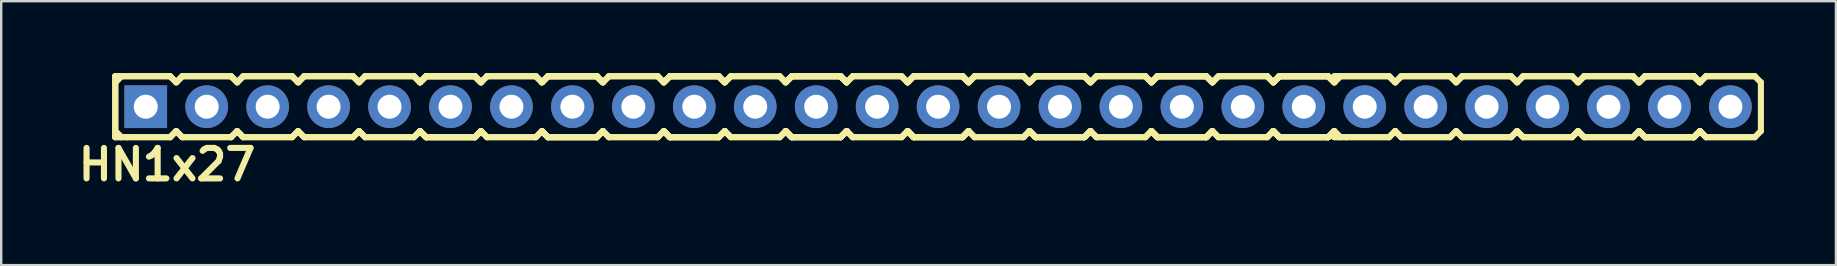
<source format=kicad_pcb>
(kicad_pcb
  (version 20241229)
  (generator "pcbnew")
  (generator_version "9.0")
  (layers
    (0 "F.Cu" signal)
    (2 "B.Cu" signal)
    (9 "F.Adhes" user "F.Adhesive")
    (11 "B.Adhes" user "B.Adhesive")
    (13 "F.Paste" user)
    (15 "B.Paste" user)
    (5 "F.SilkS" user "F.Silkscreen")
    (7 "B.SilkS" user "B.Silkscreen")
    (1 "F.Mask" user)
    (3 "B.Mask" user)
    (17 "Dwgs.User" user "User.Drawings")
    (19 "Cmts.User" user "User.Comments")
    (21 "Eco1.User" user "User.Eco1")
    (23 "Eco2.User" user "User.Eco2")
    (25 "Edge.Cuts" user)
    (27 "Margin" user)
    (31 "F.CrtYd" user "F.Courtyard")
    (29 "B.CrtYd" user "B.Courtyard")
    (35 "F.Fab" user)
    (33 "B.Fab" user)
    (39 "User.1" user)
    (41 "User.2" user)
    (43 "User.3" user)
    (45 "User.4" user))
  (footprint "HN1x27"
    (layer "F.Cu")
    (at 36.044 1.397)
    (property "Reference" "HN1x27" (at -32.131 2.413 0) (layer "F.SilkS") (effects (font (size 1.27 1.27) (thickness 0.254))))
    (attr through_hole)
    (fp_line (start -34.29 -1.27) (end -34.29 1.27) (stroke (width 0.254) (type solid)) (layer "F.SilkS"))
    (fp_line (start -34.29 -1.27) (end -34.29 1.27) (stroke (width 0.254) (type solid)) (layer "F.SilkS"))
    (fp_line (start -34.29 -1.27) (end -34.036 -1.27) (stroke (width 0.254) (type solid)) (layer "F.SilkS"))
    (fp_line (start -34.29 -1.27) (end -34.036 -1.27) (stroke (width 0.254) (type solid)) (layer "F.SilkS"))
    (fp_line (start -34.29 -1.016) (end -34.036 -1.27) (stroke (width 0.254) (type solid)) (layer "F.SilkS"))
    (fp_line (start -34.29 -1.016) (end -34.036 -1.27) (stroke (width 0.254) (type solid)) (layer "F.SilkS"))
    (fp_line (start -34.036 -1.27) (end -32.004 -1.27) (stroke (width 0.254) (type solid)) (layer "F.SilkS"))
    (fp_line (start -34.036 -1.27) (end -32.004 -1.27) (stroke (width 0.254) (type solid)) (layer "F.SilkS"))
    (fp_line (start -34.036 1.27) (end -34.29 1.016) (stroke (width 0.254) (type solid)) (layer "F.SilkS"))
    (fp_line (start -34.036 1.27) (end -34.29 1.016) (stroke (width 0.254) (type solid)) (layer "F.SilkS"))
    (fp_line (start -33.782 1.27) (end -34.29 1.27) (stroke (width 0.254) (type solid)) (layer "F.SilkS"))
    (fp_line (start -33.782 1.27) (end -34.29 1.27) (stroke (width 0.254) (type solid)) (layer "F.SilkS"))
    (fp_line (start -32.004 -1.27) (end -31.75 -1.016) (stroke (width 0.254) (type solid)) (layer "F.SilkS"))
    (fp_line (start -32.004 -1.27) (end -31.75 -1.016) (stroke (width 0.254) (type solid)) (layer "F.SilkS"))
    (fp_line (start -32.004 1.27) (end -33.782 1.27) (stroke (width 0.254) (type solid)) (layer "F.SilkS"))
    (fp_line (start -32.004 1.27) (end -33.782 1.27) (stroke (width 0.254) (type solid)) (layer "F.SilkS"))
    (fp_line (start -31.75 -1.016) (end -31.496 -1.27) (stroke (width 0.254) (type solid)) (layer "F.SilkS"))
    (fp_line (start -31.75 -1.016) (end -31.496 -1.27) (stroke (width 0.254) (type solid)) (layer "F.SilkS"))
    (fp_line (start -31.75 1.016) (end -32.004 1.27) (stroke (width 0.254) (type solid)) (layer "F.SilkS"))
    (fp_line (start -31.75 1.016) (end -32.004 1.27) (stroke (width 0.254) (type solid)) (layer "F.SilkS"))
    (fp_line (start -31.496 -1.27) (end -29.464 -1.27) (stroke (width 0.254) (type solid)) (layer "F.SilkS"))
    (fp_line (start -31.496 -1.27) (end -29.464 -1.27) (stroke (width 0.254) (type solid)) (layer "F.SilkS"))
    (fp_line (start -31.496 1.27) (end -31.75 1.016) (stroke (width 0.254) (type solid)) (layer "F.SilkS"))
    (fp_line (start -31.496 1.27) (end -31.75 1.016) (stroke (width 0.254) (type solid)) (layer "F.SilkS"))
    (fp_line (start -29.464 -1.27) (end -29.21 -1.016) (stroke (width 0.254) (type solid)) (layer "F.SilkS"))
    (fp_line (start -29.464 -1.27) (end -29.21 -1.016) (stroke (width 0.254) (type solid)) (layer "F.SilkS"))
    (fp_line (start -29.464 1.27) (end -31.496 1.27) (stroke (width 0.254) (type solid)) (layer "F.SilkS"))
    (fp_line (start -29.464 1.27) (end -31.496 1.27) (stroke (width 0.254) (type solid)) (layer "F.SilkS"))
    (fp_line (start -29.464 1.27) (end -29.21 1.016) (stroke (width 0.254) (type solid)) (layer "F.SilkS"))
    (fp_line (start -29.464 1.27) (end -29.21 1.016) (stroke (width 0.254) (type solid)) (layer "F.SilkS"))
    (fp_line (start -29.21 -1.016) (end -28.956 -1.27) (stroke (width 0.254) (type solid)) (layer "F.SilkS"))
    (fp_line (start -29.21 -1.016) (end -28.956 -1.27) (stroke (width 0.254) (type solid)) (layer "F.SilkS"))
    (fp_line (start -29.21 1.016) (end -28.956 1.27) (stroke (width 0.254) (type solid)) (layer "F.SilkS"))
    (fp_line (start -29.21 1.016) (end -28.956 1.27) (stroke (width 0.254) (type solid)) (layer "F.SilkS"))
    (fp_line (start -28.956 -1.27) (end -26.924 -1.27) (stroke (width 0.254) (type solid)) (layer "F.SilkS"))
    (fp_line (start -28.956 -1.27) (end -26.924 -1.27) (stroke (width 0.254) (type solid)) (layer "F.SilkS"))
    (fp_line (start -26.924 -1.27) (end -26.67 -1.016) (stroke (width 0.254) (type solid)) (layer "F.SilkS"))
    (fp_line (start -26.924 -1.27) (end -26.67 -1.016) (stroke (width 0.254) (type solid)) (layer "F.SilkS"))
    (fp_line (start -26.924 1.27) (end -28.956 1.27) (stroke (width 0.254) (type solid)) (layer "F.SilkS"))
    (fp_line (start -26.924 1.27) (end -28.956 1.27) (stroke (width 0.254) (type solid)) (layer "F.SilkS"))
    (fp_line (start -26.67 -1.016) (end -26.416 -1.27) (stroke (width 0.254) (type solid)) (layer "F.SilkS"))
    (fp_line (start -26.67 -1.016) (end -26.416 -1.27) (stroke (width 0.254) (type solid)) (layer "F.SilkS"))
    (fp_line (start -26.67 1.016) (end -26.924 1.27) (stroke (width 0.254) (type solid)) (layer "F.SilkS"))
    (fp_line (start -26.67 1.016) (end -26.924 1.27) (stroke (width 0.254) (type solid)) (layer "F.SilkS"))
    (fp_line (start -26.416 -1.27) (end -24.384 -1.27) (stroke (width 0.254) (type solid)) (layer "F.SilkS"))
    (fp_line (start -26.416 -1.27) (end -24.384 -1.27) (stroke (width 0.254) (type solid)) (layer "F.SilkS"))
    (fp_line (start -26.416 1.27) (end -26.67 1.016) (stroke (width 0.254) (type solid)) (layer "F.SilkS"))
    (fp_line (start -26.416 1.27) (end -26.67 1.016) (stroke (width 0.254) (type solid)) (layer "F.SilkS"))
    (fp_line (start -24.384 -1.27) (end -24.13 -1.016) (stroke (width 0.254) (type solid)) (layer "F.SilkS"))
    (fp_line (start -24.384 -1.27) (end -24.13 -1.016) (stroke (width 0.254) (type solid)) (layer "F.SilkS"))
    (fp_line (start -24.384 1.27) (end -26.416 1.27) (stroke (width 0.254) (type solid)) (layer "F.SilkS"))
    (fp_line (start -24.384 1.27) (end -26.416 1.27) (stroke (width 0.254) (type solid)) (layer "F.SilkS"))
    (fp_line (start -24.13 -1.016) (end -23.876 -1.27) (stroke (width 0.254) (type solid)) (layer "F.SilkS"))
    (fp_line (start -24.13 -1.016) (end -23.876 -1.27) (stroke (width 0.254) (type solid)) (layer "F.SilkS"))
    (fp_line (start -24.13 1.016) (end -24.384 1.27) (stroke (width 0.254) (type solid)) (layer "F.SilkS"))
    (fp_line (start -24.13 1.016) (end -24.384 1.27) (stroke (width 0.254) (type solid)) (layer "F.SilkS"))
    (fp_line (start -23.876 -1.27) (end -21.844 -1.27) (stroke (width 0.254) (type solid)) (layer "F.SilkS"))
    (fp_line (start -23.876 -1.27) (end -21.844 -1.27) (stroke (width 0.254) (type solid)) (layer "F.SilkS"))
    (fp_line (start -23.876 1.27) (end -24.13 1.016) (stroke (width 0.254) (type solid)) (layer "F.SilkS"))
    (fp_line (start -23.876 1.27) (end -24.13 1.016) (stroke (width 0.254) (type solid)) (layer "F.SilkS"))
    (fp_line (start -21.844 -1.27) (end -21.59 -1.016) (stroke (width 0.254) (type solid)) (layer "F.SilkS"))
    (fp_line (start -21.844 -1.27) (end -21.59 -1.016) (stroke (width 0.254) (type solid)) (layer "F.SilkS"))
    (fp_line (start -21.844 1.27) (end -23.876 1.27) (stroke (width 0.254) (type solid)) (layer "F.SilkS"))
    (fp_line (start -21.844 1.27) (end -23.876 1.27) (stroke (width 0.254) (type solid)) (layer "F.SilkS"))
    (fp_line (start -21.59 -1.016) (end -21.336 -1.27) (stroke (width 0.254) (type solid)) (layer "F.SilkS"))
    (fp_line (start -21.59 -1.016) (end -21.336 -1.27) (stroke (width 0.254) (type solid)) (layer "F.SilkS"))
    (fp_line (start -21.59 -1.016) (end -21.336 -1.27) (stroke (width 0.254) (type solid)) (layer "F.SilkS"))
    (fp_line (start -21.59 -1.016) (end -21.336 -1.27) (stroke (width 0.254) (type solid)) (layer "F.SilkS"))
    (fp_line (start -21.59 1.016) (end -21.844 1.27) (stroke (width 0.254) (type solid)) (layer "F.SilkS"))
    (fp_line (start -21.59 1.016) (end -21.844 1.27) (stroke (width 0.254) (type solid)) (layer "F.SilkS"))
    (fp_line (start -21.336 -1.27) (end -19.304 -1.27) (stroke (width 0.254) (type solid)) (layer "F.SilkS"))
    (fp_line (start -21.336 -1.27) (end -19.304 -1.27) (stroke (width 0.254) (type solid)) (layer "F.SilkS"))
    (fp_line (start -21.336 -1.27) (end -19.304 -1.27) (stroke (width 0.254) (type solid)) (layer "F.SilkS"))
    (fp_line (start -21.336 -1.27) (end -19.304 -1.27) (stroke (width 0.254) (type solid)) (layer "F.SilkS"))
    (fp_line (start -21.336 1.27) (end -21.59 1.016) (stroke (width 0.254) (type solid)) (layer "F.SilkS"))
    (fp_line (start -21.336 1.27) (end -21.59 1.016) (stroke (width 0.254) (type solid)) (layer "F.SilkS"))
    (fp_line (start -21.336 1.27) (end -21.59 1.016) (stroke (width 0.254) (type solid)) (layer "F.SilkS"))
    (fp_line (start -21.336 1.27) (end -21.59 1.016) (stroke (width 0.254) (type solid)) (layer "F.SilkS"))
    (fp_line (start -19.304 -1.27) (end -19.05 -1.016) (stroke (width 0.254) (type solid)) (layer "F.SilkS"))
    (fp_line (start -19.304 -1.27) (end -19.05 -1.016) (stroke (width 0.254) (type solid)) (layer "F.SilkS"))
    (fp_line (start -19.304 -1.27) (end -19.05 -1.016) (stroke (width 0.254) (type solid)) (layer "F.SilkS"))
    (fp_line (start -19.304 -1.27) (end -19.05 -1.016) (stroke (width 0.254) (type solid)) (layer "F.SilkS"))
    (fp_line (start -19.304 1.27) (end -21.336 1.27) (stroke (width 0.254) (type solid)) (layer "F.SilkS"))
    (fp_line (start -19.304 1.27) (end -21.336 1.27) (stroke (width 0.254) (type solid)) (layer "F.SilkS"))
    (fp_line (start -19.304 1.27) (end -21.336 1.27) (stroke (width 0.254) (type solid)) (layer "F.SilkS"))
    (fp_line (start -19.304 1.27) (end -21.336 1.27) (stroke (width 0.254) (type solid)) (layer "F.SilkS"))
    (fp_line (start -19.05 -1.016) (end -18.796 -1.27) (stroke (width 0.254) (type solid)) (layer "F.SilkS"))
    (fp_line (start -19.05 -1.016) (end -18.796 -1.27) (stroke (width 0.254) (type solid)) (layer "F.SilkS"))
    (fp_line (start -19.05 1.016) (end -19.304 1.27) (stroke (width 0.254) (type solid)) (layer "F.SilkS"))
    (fp_line (start -19.05 1.016) (end -19.304 1.27) (stroke (width 0.254) (type solid)) (layer "F.SilkS"))
    (fp_line (start -19.05 1.016) (end -19.304 1.27) (stroke (width 0.254) (type solid)) (layer "F.SilkS"))
    (fp_line (start -19.05 1.016) (end -19.304 1.27) (stroke (width 0.254) (type solid)) (layer "F.SilkS"))
    (fp_line (start -18.796 -1.27) (end -16.764 -1.27) (stroke (width 0.254) (type solid)) (layer "F.SilkS"))
    (fp_line (start -18.796 -1.27) (end -16.764 -1.27) (stroke (width 0.254) (type solid)) (layer "F.SilkS"))
    (fp_line (start -18.796 1.27) (end -19.05 1.016) (stroke (width 0.254) (type solid)) (layer "F.SilkS"))
    (fp_line (start -18.796 1.27) (end -19.05 1.016) (stroke (width 0.254) (type solid)) (layer "F.SilkS"))
    (fp_line (start -16.764 -1.27) (end -16.51 -1.016) (stroke (width 0.254) (type solid)) (layer "F.SilkS"))
    (fp_line (start -16.764 -1.27) (end -16.51 -1.016) (stroke (width 0.254) (type solid)) (layer "F.SilkS"))
    (fp_line (start -16.764 1.27) (end -18.796 1.27) (stroke (width 0.254) (type solid)) (layer "F.SilkS"))
    (fp_line (start -16.764 1.27) (end -18.796 1.27) (stroke (width 0.254) (type solid)) (layer "F.SilkS"))
    (fp_line (start -16.51 -1.016) (end -16.256 -1.27) (stroke (width 0.254) (type solid)) (layer "F.SilkS"))
    (fp_line (start -16.51 -1.016) (end -16.256 -1.27) (stroke (width 0.254) (type solid)) (layer "F.SilkS"))
    (fp_line (start -16.51 -1.016) (end -16.256 -1.27) (stroke (width 0.254) (type solid)) (layer "F.SilkS"))
    (fp_line (start -16.51 -1.016) (end -16.256 -1.27) (stroke (width 0.254) (type solid)) (layer "F.SilkS"))
    (fp_line (start -16.51 1.016) (end -16.764 1.27) (stroke (width 0.254) (type solid)) (layer "F.SilkS"))
    (fp_line (start -16.51 1.016) (end -16.764 1.27) (stroke (width 0.254) (type solid)) (layer "F.SilkS"))
    (fp_line (start -16.256 -1.27) (end -14.224 -1.27) (stroke (width 0.254) (type solid)) (layer "F.SilkS"))
    (fp_line (start -16.256 -1.27) (end -14.224 -1.27) (stroke (width 0.254) (type solid)) (layer "F.SilkS"))
    (fp_line (start -16.256 -1.27) (end -14.224 -1.27) (stroke (width 0.254) (type solid)) (layer "F.SilkS"))
    (fp_line (start -16.256 -1.27) (end -14.224 -1.27) (stroke (width 0.254) (type solid)) (layer "F.SilkS"))
    (fp_line (start -16.256 1.27) (end -16.51 1.016) (stroke (width 0.254) (type solid)) (layer "F.SilkS"))
    (fp_line (start -16.256 1.27) (end -16.51 1.016) (stroke (width 0.254) (type solid)) (layer "F.SilkS"))
    (fp_line (start -16.256 1.27) (end -16.51 1.016) (stroke (width 0.254) (type solid)) (layer "F.SilkS"))
    (fp_line (start -16.256 1.27) (end -16.51 1.016) (stroke (width 0.254) (type solid)) (layer "F.SilkS"))
    (fp_line (start -14.224 -1.27) (end -13.97 -1.016) (stroke (width 0.254) (type solid)) (layer "F.SilkS"))
    (fp_line (start -14.224 -1.27) (end -13.97 -1.016) (stroke (width 0.254) (type solid)) (layer "F.SilkS"))
    (fp_line (start -14.224 -1.27) (end -13.97 -1.016) (stroke (width 0.254) (type solid)) (layer "F.SilkS"))
    (fp_line (start -14.224 -1.27) (end -13.97 -1.016) (stroke (width 0.254) (type solid)) (layer "F.SilkS"))
    (fp_line (start -14.224 1.27) (end -16.256 1.27) (stroke (width 0.254) (type solid)) (layer "F.SilkS"))
    (fp_line (start -14.224 1.27) (end -16.256 1.27) (stroke (width 0.254) (type solid)) (layer "F.SilkS"))
    (fp_line (start -14.224 1.27) (end -16.256 1.27) (stroke (width 0.254) (type solid)) (layer "F.SilkS"))
    (fp_line (start -14.224 1.27) (end -16.256 1.27) (stroke (width 0.254) (type solid)) (layer "F.SilkS"))
    (fp_line (start -13.97 -1.016) (end -13.716 -1.27) (stroke (width 0.254) (type solid)) (layer "F.SilkS"))
    (fp_line (start -13.97 -1.016) (end -13.716 -1.27) (stroke (width 0.254) (type solid)) (layer "F.SilkS"))
    (fp_line (start -13.97 1.016) (end -14.224 1.27) (stroke (width 0.254) (type solid)) (layer "F.SilkS"))
    (fp_line (start -13.97 1.016) (end -14.224 1.27) (stroke (width 0.254) (type solid)) (layer "F.SilkS"))
    (fp_line (start -13.97 1.016) (end -14.224 1.27) (stroke (width 0.254) (type solid)) (layer "F.SilkS"))
    (fp_line (start -13.97 1.016) (end -14.224 1.27) (stroke (width 0.254) (type solid)) (layer "F.SilkS"))
    (fp_line (start -13.716 -1.27) (end -11.684 -1.27) (stroke (width 0.254) (type solid)) (layer "F.SilkS"))
    (fp_line (start -13.716 -1.27) (end -11.684 -1.27) (stroke (width 0.254) (type solid)) (layer "F.SilkS"))
    (fp_line (start -13.716 1.27) (end -13.97 1.016) (stroke (width 0.254) (type solid)) (layer "F.SilkS"))
    (fp_line (start -13.716 1.27) (end -13.97 1.016) (stroke (width 0.254) (type solid)) (layer "F.SilkS"))
    (fp_line (start -11.684 -1.27) (end -11.43 -1.016) (stroke (width 0.254) (type solid)) (layer "F.SilkS"))
    (fp_line (start -11.684 -1.27) (end -11.43 -1.016) (stroke (width 0.254) (type solid)) (layer "F.SilkS"))
    (fp_line (start -11.684 1.27) (end -13.716 1.27) (stroke (width 0.254) (type solid)) (layer "F.SilkS"))
    (fp_line (start -11.684 1.27) (end -13.716 1.27) (stroke (width 0.254) (type solid)) (layer "F.SilkS"))
    (fp_line (start -11.43 -1.016) (end -11.176 -1.27) (stroke (width 0.254) (type solid)) (layer "F.SilkS"))
    (fp_line (start -11.43 -1.016) (end -11.176 -1.27) (stroke (width 0.254) (type solid)) (layer "F.SilkS"))
    (fp_line (start -11.43 -1.016) (end -11.176 -1.27) (stroke (width 0.254) (type solid)) (layer "F.SilkS"))
    (fp_line (start -11.43 -1.016) (end -11.176 -1.27) (stroke (width 0.254) (type solid)) (layer "F.SilkS"))
    (fp_line (start -11.43 1.016) (end -11.684 1.27) (stroke (width 0.254) (type solid)) (layer "F.SilkS"))
    (fp_line (start -11.43 1.016) (end -11.684 1.27) (stroke (width 0.254) (type solid)) (layer "F.SilkS"))
    (fp_line (start -11.176 -1.27) (end -9.144 -1.27) (stroke (width 0.254) (type solid)) (layer "F.SilkS"))
    (fp_line (start -11.176 -1.27) (end -9.144 -1.27) (stroke (width 0.254) (type solid)) (layer "F.SilkS"))
    (fp_line (start -11.176 -1.27) (end -9.144 -1.27) (stroke (width 0.254) (type solid)) (layer "F.SilkS"))
    (fp_line (start -11.176 -1.27) (end -9.144 -1.27) (stroke (width 0.254) (type solid)) (layer "F.SilkS"))
    (fp_line (start -11.176 1.27) (end -11.43 1.016) (stroke (width 0.254) (type solid)) (layer "F.SilkS"))
    (fp_line (start -11.176 1.27) (end -11.43 1.016) (stroke (width 0.254) (type solid)) (layer "F.SilkS"))
    (fp_line (start -11.176 1.27) (end -11.43 1.016) (stroke (width 0.254) (type solid)) (layer "F.SilkS"))
    (fp_line (start -11.176 1.27) (end -11.43 1.016) (stroke (width 0.254) (type solid)) (layer "F.SilkS"))
    (fp_line (start -9.144 -1.27) (end -8.89 -1.016) (stroke (width 0.254) (type solid)) (layer "F.SilkS"))
    (fp_line (start -9.144 -1.27) (end -8.89 -1.016) (stroke (width 0.254) (type solid)) (layer "F.SilkS"))
    (fp_line (start -9.144 -1.27) (end -8.89 -1.016) (stroke (width 0.254) (type solid)) (layer "F.SilkS"))
    (fp_line (start -9.144 -1.27) (end -8.89 -1.016) (stroke (width 0.254) (type solid)) (layer "F.SilkS"))
    (fp_line (start -9.144 1.27) (end -11.176 1.27) (stroke (width 0.254) (type solid)) (layer "F.SilkS"))
    (fp_line (start -9.144 1.27) (end -11.176 1.27) (stroke (width 0.254) (type solid)) (layer "F.SilkS"))
    (fp_line (start -9.144 1.27) (end -11.176 1.27) (stroke (width 0.254) (type solid)) (layer "F.SilkS"))
    (fp_line (start -9.144 1.27) (end -11.176 1.27) (stroke (width 0.254) (type solid)) (layer "F.SilkS"))
    (fp_line (start -8.89 -1.016) (end -8.636 -1.27) (stroke (width 0.254) (type solid)) (layer "F.SilkS"))
    (fp_line (start -8.89 -1.016) (end -8.636 -1.27) (stroke (width 0.254) (type solid)) (layer "F.SilkS"))
    (fp_line (start -8.89 1.016) (end -9.144 1.27) (stroke (width 0.254) (type solid)) (layer "F.SilkS"))
    (fp_line (start -8.89 1.016) (end -9.144 1.27) (stroke (width 0.254) (type solid)) (layer "F.SilkS"))
    (fp_line (start -8.89 1.016) (end -9.144 1.27) (stroke (width 0.254) (type solid)) (layer "F.SilkS"))
    (fp_line (start -8.89 1.016) (end -9.144 1.27) (stroke (width 0.254) (type solid)) (layer "F.SilkS"))
    (fp_line (start -8.636 -1.27) (end -6.604 -1.27) (stroke (width 0.254) (type solid)) (layer "F.SilkS"))
    (fp_line (start -8.636 -1.27) (end -6.604 -1.27) (stroke (width 0.254) (type solid)) (layer "F.SilkS"))
    (fp_line (start -8.636 1.27) (end -8.89 1.016) (stroke (width 0.254) (type solid)) (layer "F.SilkS"))
    (fp_line (start -8.636 1.27) (end -8.89 1.016) (stroke (width 0.254) (type solid)) (layer "F.SilkS"))
    (fp_line (start -6.604 -1.27) (end -6.35 -1.016) (stroke (width 0.254) (type solid)) (layer "F.SilkS"))
    (fp_line (start -6.604 -1.27) (end -6.35 -1.016) (stroke (width 0.254) (type solid)) (layer "F.SilkS"))
    (fp_line (start -6.604 1.27) (end -8.636 1.27) (stroke (width 0.254) (type solid)) (layer "F.SilkS"))
    (fp_line (start -6.604 1.27) (end -8.636 1.27) (stroke (width 0.254) (type solid)) (layer "F.SilkS"))
    (fp_line (start -6.35 -1.016) (end -6.096 -1.27) (stroke (width 0.254) (type solid)) (layer "F.SilkS"))
    (fp_line (start -6.35 -1.016) (end -6.096 -1.27) (stroke (width 0.254) (type solid)) (layer "F.SilkS"))
    (fp_line (start -6.35 -1.016) (end -6.096 -1.27) (stroke (width 0.254) (type solid)) (layer "F.SilkS"))
    (fp_line (start -6.35 -1.016) (end -6.096 -1.27) (stroke (width 0.254) (type solid)) (layer "F.SilkS"))
    (fp_line (start -6.35 1.016) (end -6.604 1.27) (stroke (width 0.254) (type solid)) (layer "F.SilkS"))
    (fp_line (start -6.35 1.016) (end -6.604 1.27) (stroke (width 0.254) (type solid)) (layer "F.SilkS"))
    (fp_line (start -6.096 -1.27) (end -4.064 -1.27) (stroke (width 0.254) (type solid)) (layer "F.SilkS"))
    (fp_line (start -6.096 -1.27) (end -4.064 -1.27) (stroke (width 0.254) (type solid)) (layer "F.SilkS"))
    (fp_line (start -6.096 -1.27) (end -4.064 -1.27) (stroke (width 0.254) (type solid)) (layer "F.SilkS"))
    (fp_line (start -6.096 -1.27) (end -4.064 -1.27) (stroke (width 0.254) (type solid)) (layer "F.SilkS"))
    (fp_line (start -6.096 1.27) (end -6.35 1.016) (stroke (width 0.254) (type solid)) (layer "F.SilkS"))
    (fp_line (start -6.096 1.27) (end -6.35 1.016) (stroke (width 0.254) (type solid)) (layer "F.SilkS"))
    (fp_line (start -6.096 1.27) (end -6.35 1.016) (stroke (width 0.254) (type solid)) (layer "F.SilkS"))
    (fp_line (start -6.096 1.27) (end -6.35 1.016) (stroke (width 0.254) (type solid)) (layer "F.SilkS"))
    (fp_line (start -4.064 -1.27) (end -3.81 -1.016) (stroke (width 0.254) (type solid)) (layer "F.SilkS"))
    (fp_line (start -4.064 -1.27) (end -3.81 -1.016) (stroke (width 0.254) (type solid)) (layer "F.SilkS"))
    (fp_line (start -4.064 -1.27) (end -3.81 -1.016) (stroke (width 0.254) (type solid)) (layer "F.SilkS"))
    (fp_line (start -4.064 -1.27) (end -3.81 -1.016) (stroke (width 0.254) (type solid)) (layer "F.SilkS"))
    (fp_line (start -4.064 1.27) (end -6.096 1.27) (stroke (width 0.254) (type solid)) (layer "F.SilkS"))
    (fp_line (start -4.064 1.27) (end -6.096 1.27) (stroke (width 0.254) (type solid)) (layer "F.SilkS"))
    (fp_line (start -4.064 1.27) (end -6.096 1.27) (stroke (width 0.254) (type solid)) (layer "F.SilkS"))
    (fp_line (start -4.064 1.27) (end -6.096 1.27) (stroke (width 0.254) (type solid)) (layer "F.SilkS"))
    (fp_line (start -3.81 -1.016) (end -3.556 -1.27) (stroke (width 0.254) (type solid)) (layer "F.SilkS"))
    (fp_line (start -3.81 -1.016) (end -3.556 -1.27) (stroke (width 0.254) (type solid)) (layer "F.SilkS"))
    (fp_line (start -3.81 1.016) (end -4.064 1.27) (stroke (width 0.254) (type solid)) (layer "F.SilkS"))
    (fp_line (start -3.81 1.016) (end -4.064 1.27) (stroke (width 0.254) (type solid)) (layer "F.SilkS"))
    (fp_line (start -3.81 1.016) (end -4.064 1.27) (stroke (width 0.254) (type solid)) (layer "F.SilkS"))
    (fp_line (start -3.81 1.016) (end -4.064 1.27) (stroke (width 0.254) (type solid)) (layer "F.SilkS"))
    (fp_line (start -3.556 -1.27) (end -1.524 -1.27) (stroke (width 0.254) (type solid)) (layer "F.SilkS"))
    (fp_line (start -3.556 -1.27) (end -1.524 -1.27) (stroke (width 0.254) (type solid)) (layer "F.SilkS"))
    (fp_line (start -3.556 1.27) (end -3.81 1.016) (stroke (width 0.254) (type solid)) (layer "F.SilkS"))
    (fp_line (start -3.556 1.27) (end -3.81 1.016) (stroke (width 0.254) (type solid)) (layer "F.SilkS"))
    (fp_line (start -1.524 -1.27) (end -1.27 -1.016) (stroke (width 0.254) (type solid)) (layer "F.SilkS"))
    (fp_line (start -1.524 -1.27) (end -1.27 -1.016) (stroke (width 0.254) (type solid)) (layer "F.SilkS"))
    (fp_line (start -1.524 1.27) (end -3.556 1.27) (stroke (width 0.254) (type solid)) (layer "F.SilkS"))
    (fp_line (start -1.524 1.27) (end -3.556 1.27) (stroke (width 0.254) (type solid)) (layer "F.SilkS"))
    (fp_line (start -1.27 -1.016) (end -1.016 -1.27) (stroke (width 0.254) (type solid)) (layer "F.SilkS"))
    (fp_line (start -1.27 -1.016) (end -1.016 -1.27) (stroke (width 0.254) (type solid)) (layer "F.SilkS"))
    (fp_line (start -1.27 -1.016) (end -1.016 -1.27) (stroke (width 0.254) (type solid)) (layer "F.SilkS"))
    (fp_line (start -1.27 -1.016) (end -1.016 -1.27) (stroke (width 0.254) (type solid)) (layer "F.SilkS"))
    (fp_line (start -1.27 1.016) (end -1.524 1.27) (stroke (width 0.254) (type solid)) (layer "F.SilkS"))
    (fp_line (start -1.27 1.016) (end -1.524 1.27) (stroke (width 0.254) (type solid)) (layer "F.SilkS"))
    (fp_line (start -1.016 -1.27) (end 1.016 -1.27) (stroke (width 0.254) (type solid)) (layer "F.SilkS"))
    (fp_line (start -1.016 -1.27) (end 1.016 -1.27) (stroke (width 0.254) (type solid)) (layer "F.SilkS"))
    (fp_line (start -1.016 -1.27) (end 1.016 -1.27) (stroke (width 0.254) (type solid)) (layer "F.SilkS"))
    (fp_line (start -1.016 -1.27) (end 1.016 -1.27) (stroke (width 0.254) (type solid)) (layer "F.SilkS"))
    (fp_line (start -1.016 1.27) (end -1.27 1.016) (stroke (width 0.254) (type solid)) (layer "F.SilkS"))
    (fp_line (start -1.016 1.27) (end -1.27 1.016) (stroke (width 0.254) (type solid)) (layer "F.SilkS"))
    (fp_line (start -1.016 1.27) (end -1.27 1.016) (stroke (width 0.254) (type solid)) (layer "F.SilkS"))
    (fp_line (start -1.016 1.27) (end -1.27 1.016) (stroke (width 0.254) (type solid)) (layer "F.SilkS"))
    (fp_line (start 1.016 -1.27) (end 1.27 -1.016) (stroke (width 0.254) (type solid)) (layer "F.SilkS"))
    (fp_line (start 1.016 -1.27) (end 1.27 -1.016) (stroke (width 0.254) (type solid)) (layer "F.SilkS"))
    (fp_line (start 1.016 -1.27) (end 1.27 -1.016) (stroke (width 0.254) (type solid)) (layer "F.SilkS"))
    (fp_line (start 1.016 -1.27) (end 1.27 -1.016) (stroke (width 0.254) (type solid)) (layer "F.SilkS"))
    (fp_line (start 1.016 1.27) (end -1.016 1.27) (stroke (width 0.254) (type solid)) (layer "F.SilkS"))
    (fp_line (start 1.016 1.27) (end -1.016 1.27) (stroke (width 0.254) (type solid)) (layer "F.SilkS"))
    (fp_line (start 1.016 1.27) (end -1.016 1.27) (stroke (width 0.254) (type solid)) (layer "F.SilkS"))
    (fp_line (start 1.016 1.27) (end -1.016 1.27) (stroke (width 0.254) (type solid)) (layer "F.SilkS"))
    (fp_line (start 1.27 -1.016) (end 1.524 -1.27) (stroke (width 0.254) (type solid)) (layer "F.SilkS"))
    (fp_line (start 1.27 -1.016) (end 1.524 -1.27) (stroke (width 0.254) (type solid)) (layer "F.SilkS"))
    (fp_line (start 1.27 1.016) (end 1.016 1.27) (stroke (width 0.254) (type solid)) (layer "F.SilkS"))
    (fp_line (start 1.27 1.016) (end 1.016 1.27) (stroke (width 0.254) (type solid)) (layer "F.SilkS"))
    (fp_line (start 1.27 1.016) (end 1.016 1.27) (stroke (width 0.254) (type solid)) (layer "F.SilkS"))
    (fp_line (start 1.27 1.016) (end 1.016 1.27) (stroke (width 0.254) (type solid)) (layer "F.SilkS"))
    (fp_line (start 1.524 -1.27) (end 3.556 -1.27) (stroke (width 0.254) (type solid)) (layer "F.SilkS"))
    (fp_line (start 1.524 -1.27) (end 3.556 -1.27) (stroke (width 0.254) (type solid)) (layer "F.SilkS"))
    (fp_line (start 1.524 1.27) (end 1.27 1.016) (stroke (width 0.254) (type solid)) (layer "F.SilkS"))
    (fp_line (start 1.524 1.27) (end 1.27 1.016) (stroke (width 0.254) (type solid)) (layer "F.SilkS"))
    (fp_line (start 3.556 -1.27) (end 3.81 -1.016) (stroke (width 0.254) (type solid)) (layer "F.SilkS"))
    (fp_line (start 3.556 -1.27) (end 3.81 -1.016) (stroke (width 0.254) (type solid)) (layer "F.SilkS"))
    (fp_line (start 3.556 1.27) (end 1.524 1.27) (stroke (width 0.254) (type solid)) (layer "F.SilkS"))
    (fp_line (start 3.556 1.27) (end 1.524 1.27) (stroke (width 0.254) (type solid)) (layer "F.SilkS"))
    (fp_line (start 3.81 -1.016) (end 4.064 -1.27) (stroke (width 0.254) (type solid)) (layer "F.SilkS"))
    (fp_line (start 3.81 -1.016) (end 4.064 -1.27) (stroke (width 0.254) (type solid)) (layer "F.SilkS"))
    (fp_line (start 3.81 -1.016) (end 4.064 -1.27) (stroke (width 0.254) (type solid)) (layer "F.SilkS"))
    (fp_line (start 3.81 -1.016) (end 4.064 -1.27) (stroke (width 0.254) (type solid)) (layer "F.SilkS"))
    (fp_line (start 3.81 1.016) (end 3.556 1.27) (stroke (width 0.254) (type solid)) (layer "F.SilkS"))
    (fp_line (start 3.81 1.016) (end 3.556 1.27) (stroke (width 0.254) (type solid)) (layer "F.SilkS"))
    (fp_line (start 4.064 -1.27) (end 6.096 -1.27) (stroke (width 0.254) (type solid)) (layer "F.SilkS"))
    (fp_line (start 4.064 -1.27) (end 6.096 -1.27) (stroke (width 0.254) (type solid)) (layer "F.SilkS"))
    (fp_line (start 4.064 -1.27) (end 6.096 -1.27) (stroke (width 0.254) (type solid)) (layer "F.SilkS"))
    (fp_line (start 4.064 -1.27) (end 6.096 -1.27) (stroke (width 0.254) (type solid)) (layer "F.SilkS"))
    (fp_line (start 4.064 1.27) (end 3.81 1.016) (stroke (width 0.254) (type solid)) (layer "F.SilkS"))
    (fp_line (start 4.064 1.27) (end 3.81 1.016) (stroke (width 0.254) (type solid)) (layer "F.SilkS"))
    (fp_line (start 4.064 1.27) (end 3.81 1.016) (stroke (width 0.254) (type solid)) (layer "F.SilkS"))
    (fp_line (start 4.064 1.27) (end 3.81 1.016) (stroke (width 0.254) (type solid)) (layer "F.SilkS"))
    (fp_line (start 6.096 -1.27) (end 6.35 -1.016) (stroke (width 0.254) (type solid)) (layer "F.SilkS"))
    (fp_line (start 6.096 -1.27) (end 6.35 -1.016) (stroke (width 0.254) (type solid)) (layer "F.SilkS"))
    (fp_line (start 6.096 -1.27) (end 6.35 -1.016) (stroke (width 0.254) (type solid)) (layer "F.SilkS"))
    (fp_line (start 6.096 -1.27) (end 6.35 -1.016) (stroke (width 0.254) (type solid)) (layer "F.SilkS"))
    (fp_line (start 6.096 1.27) (end 4.064 1.27) (stroke (width 0.254) (type solid)) (layer "F.SilkS"))
    (fp_line (start 6.096 1.27) (end 4.064 1.27) (stroke (width 0.254) (type solid)) (layer "F.SilkS"))
    (fp_line (start 6.096 1.27) (end 4.064 1.27) (stroke (width 0.254) (type solid)) (layer "F.SilkS"))
    (fp_line (start 6.096 1.27) (end 4.064 1.27) (stroke (width 0.254) (type solid)) (layer "F.SilkS"))
    (fp_line (start 6.35 -1.016) (end 6.604 -1.27) (stroke (width 0.254) (type solid)) (layer "F.SilkS"))
    (fp_line (start 6.35 -1.016) (end 6.604 -1.27) (stroke (width 0.254) (type solid)) (layer "F.SilkS"))
    (fp_line (start 6.35 1.016) (end 6.096 1.27) (stroke (width 0.254) (type solid)) (layer "F.SilkS"))
    (fp_line (start 6.35 1.016) (end 6.096 1.27) (stroke (width 0.254) (type solid)) (layer "F.SilkS"))
    (fp_line (start 6.35 1.016) (end 6.096 1.27) (stroke (width 0.254) (type solid)) (layer "F.SilkS"))
    (fp_line (start 6.35 1.016) (end 6.096 1.27) (stroke (width 0.254) (type solid)) (layer "F.SilkS"))
    (fp_line (start 6.604 -1.27) (end 8.636 -1.27) (stroke (width 0.254) (type solid)) (layer "F.SilkS"))
    (fp_line (start 6.604 -1.27) (end 8.636 -1.27) (stroke (width 0.254) (type solid)) (layer "F.SilkS"))
    (fp_line (start 6.604 1.27) (end 6.35 1.016) (stroke (width 0.254) (type solid)) (layer "F.SilkS"))
    (fp_line (start 6.604 1.27) (end 6.35 1.016) (stroke (width 0.254) (type solid)) (layer "F.SilkS"))
    (fp_line (start 8.636 -1.27) (end 8.89 -1.016) (stroke (width 0.254) (type solid)) (layer "F.SilkS"))
    (fp_line (start 8.636 -1.27) (end 8.89 -1.016) (stroke (width 0.254) (type solid)) (layer "F.SilkS"))
    (fp_line (start 8.636 1.27) (end 6.604 1.27) (stroke (width 0.254) (type solid)) (layer "F.SilkS"))
    (fp_line (start 8.636 1.27) (end 6.604 1.27) (stroke (width 0.254) (type solid)) (layer "F.SilkS"))
    (fp_line (start 8.89 -1.016) (end 9.144 -1.27) (stroke (width 0.254) (type solid)) (layer "F.SilkS"))
    (fp_line (start 8.89 -1.016) (end 9.144 -1.27) (stroke (width 0.254) (type solid)) (layer "F.SilkS"))
    (fp_line (start 8.89 -1.016) (end 9.144 -1.27) (stroke (width 0.254) (type solid)) (layer "F.SilkS"))
    (fp_line (start 8.89 -1.016) (end 9.144 -1.27) (stroke (width 0.254) (type solid)) (layer "F.SilkS"))
    (fp_line (start 8.89 1.016) (end 8.636 1.27) (stroke (width 0.254) (type solid)) (layer "F.SilkS"))
    (fp_line (start 8.89 1.016) (end 8.636 1.27) (stroke (width 0.254) (type solid)) (layer "F.SilkS"))
    (fp_line (start 9.144 -1.27) (end 11.176 -1.27) (stroke (width 0.254) (type solid)) (layer "F.SilkS"))
    (fp_line (start 9.144 -1.27) (end 11.176 -1.27) (stroke (width 0.254) (type solid)) (layer "F.SilkS"))
    (fp_line (start 9.144 -1.27) (end 11.176 -1.27) (stroke (width 0.254) (type solid)) (layer "F.SilkS"))
    (fp_line (start 9.144 -1.27) (end 11.176 -1.27) (stroke (width 0.254) (type solid)) (layer "F.SilkS"))
    (fp_line (start 9.144 1.27) (end 8.89 1.016) (stroke (width 0.254) (type solid)) (layer "F.SilkS"))
    (fp_line (start 9.144 1.27) (end 8.89 1.016) (stroke (width 0.254) (type solid)) (layer "F.SilkS"))
    (fp_line (start 9.144 1.27) (end 8.89 1.016) (stroke (width 0.254) (type solid)) (layer "F.SilkS"))
    (fp_line (start 9.144 1.27) (end 8.89 1.016) (stroke (width 0.254) (type solid)) (layer "F.SilkS"))
    (fp_line (start 11.176 -1.27) (end 11.43 -1.016) (stroke (width 0.254) (type solid)) (layer "F.SilkS"))
    (fp_line (start 11.176 -1.27) (end 11.43 -1.016) (stroke (width 0.254) (type solid)) (layer "F.SilkS"))
    (fp_line (start 11.176 -1.27) (end 11.43 -1.016) (stroke (width 0.254) (type solid)) (layer "F.SilkS"))
    (fp_line (start 11.176 -1.27) (end 11.43 -1.016) (stroke (width 0.254) (type solid)) (layer "F.SilkS"))
    (fp_line (start 11.176 1.27) (end 9.144 1.27) (stroke (width 0.254) (type solid)) (layer "F.SilkS"))
    (fp_line (start 11.176 1.27) (end 9.144 1.27) (stroke (width 0.254) (type solid)) (layer "F.SilkS"))
    (fp_line (start 11.176 1.27) (end 9.144 1.27) (stroke (width 0.254) (type solid)) (layer "F.SilkS"))
    (fp_line (start 11.176 1.27) (end 9.144 1.27) (stroke (width 0.254) (type solid)) (layer "F.SilkS"))
    (fp_line (start 11.43 -1.016) (end 11.684 -1.27) (stroke (width 0.254) (type solid)) (layer "F.SilkS"))
    (fp_line (start 11.43 -1.016) (end 11.684 -1.27) (stroke (width 0.254) (type solid)) (layer "F.SilkS"))
    (fp_line (start 11.43 1.016) (end 11.176 1.27) (stroke (width 0.254) (type solid)) (layer "F.SilkS"))
    (fp_line (start 11.43 1.016) (end 11.176 1.27) (stroke (width 0.254) (type solid)) (layer "F.SilkS"))
    (fp_line (start 11.43 1.016) (end 11.176 1.27) (stroke (width 0.254) (type solid)) (layer "F.SilkS"))
    (fp_line (start 11.43 1.016) (end 11.176 1.27) (stroke (width 0.254) (type solid)) (layer "F.SilkS"))
    (fp_line (start 11.684 -1.27) (end 13.716 -1.27) (stroke (width 0.254) (type solid)) (layer "F.SilkS"))
    (fp_line (start 11.684 -1.27) (end 13.716 -1.27) (stroke (width 0.254) (type solid)) (layer "F.SilkS"))
    (fp_line (start 11.684 1.27) (end 11.43 1.016) (stroke (width 0.254) (type solid)) (layer "F.SilkS"))
    (fp_line (start 11.684 1.27) (end 11.43 1.016) (stroke (width 0.254) (type solid)) (layer "F.SilkS"))
    (fp_line (start 13.716 -1.27) (end 13.97 -1.016) (stroke (width 0.254) (type solid)) (layer "F.SilkS"))
    (fp_line (start 13.716 -1.27) (end 13.97 -1.016) (stroke (width 0.254) (type solid)) (layer "F.SilkS"))
    (fp_line (start 13.716 1.27) (end 11.684 1.27) (stroke (width 0.254) (type solid)) (layer "F.SilkS"))
    (fp_line (start 13.716 1.27) (end 11.684 1.27) (stroke (width 0.254) (type solid)) (layer "F.SilkS"))
    (fp_line (start 13.97 -1.016) (end 14.224 -1.27) (stroke (width 0.254) (type solid)) (layer "F.SilkS"))
    (fp_line (start 13.97 -1.016) (end 14.224 -1.27) (stroke (width 0.254) (type solid)) (layer "F.SilkS"))
    (fp_line (start 13.97 -1.016) (end 14.224 -1.27) (stroke (width 0.254) (type solid)) (layer "F.SilkS"))
    (fp_line (start 13.97 -1.016) (end 14.224 -1.27) (stroke (width 0.254) (type solid)) (layer "F.SilkS"))
    (fp_line (start 13.97 1.016) (end 13.716 1.27) (stroke (width 0.254) (type solid)) (layer "F.SilkS"))
    (fp_line (start 13.97 1.016) (end 13.716 1.27) (stroke (width 0.254) (type solid)) (layer "F.SilkS"))
    (fp_line (start 14.224 -1.27) (end 16.256 -1.27) (stroke (width 0.254) (type solid)) (layer "F.SilkS"))
    (fp_line (start 14.224 -1.27) (end 16.256 -1.27) (stroke (width 0.254) (type solid)) (layer "F.SilkS"))
    (fp_line (start 14.224 -1.27) (end 16.256 -1.27) (stroke (width 0.254) (type solid)) (layer "F.SilkS"))
    (fp_line (start 14.224 -1.27) (end 16.256 -1.27) (stroke (width 0.254) (type solid)) (layer "F.SilkS"))
    (fp_line (start 14.224 1.27) (end 13.97 1.016) (stroke (width 0.254) (type solid)) (layer "F.SilkS"))
    (fp_line (start 14.224 1.27) (end 13.97 1.016) (stroke (width 0.254) (type solid)) (layer "F.SilkS"))
    (fp_line (start 14.224 1.27) (end 13.97 1.016) (stroke (width 0.254) (type solid)) (layer "F.SilkS"))
    (fp_line (start 14.224 1.27) (end 13.97 1.016) (stroke (width 0.254) (type solid)) (layer "F.SilkS"))
    (fp_line (start 16.256 -1.27) (end 16.51 -1.016) (stroke (width 0.254) (type solid)) (layer "F.SilkS"))
    (fp_line (start 16.256 -1.27) (end 16.51 -1.016) (stroke (width 0.254) (type solid)) (layer "F.SilkS"))
    (fp_line (start 16.256 -1.27) (end 16.51 -1.016) (stroke (width 0.254) (type solid)) (layer "F.SilkS"))
    (fp_line (start 16.256 -1.27) (end 16.51 -1.016) (stroke (width 0.254) (type solid)) (layer "F.SilkS"))
    (fp_line (start 16.256 1.27) (end 14.224 1.27) (stroke (width 0.254) (type solid)) (layer "F.SilkS"))
    (fp_line (start 16.256 1.27) (end 14.224 1.27) (stroke (width 0.254) (type solid)) (layer "F.SilkS"))
    (fp_line (start 16.256 1.27) (end 14.224 1.27) (stroke (width 0.254) (type solid)) (layer "F.SilkS"))
    (fp_line (start 16.256 1.27) (end 14.224 1.27) (stroke (width 0.254) (type solid)) (layer "F.SilkS"))
    (fp_line (start 16.51 -1.27) (end 16.764 -1.27) (stroke (width 0.254) (type solid)) (layer "F.SilkS"))
    (fp_line (start 16.51 -1.27) (end 16.764 -1.27) (stroke (width 0.254) (type solid)) (layer "F.SilkS"))
    (fp_line (start 16.51 -1.016) (end 16.764 -1.27) (stroke (width 0.254) (type solid)) (layer "F.SilkS"))
    (fp_line (start 16.51 -1.016) (end 16.764 -1.27) (stroke (width 0.254) (type solid)) (layer "F.SilkS"))
    (fp_line (start 16.51 1.016) (end 16.256 1.27) (stroke (width 0.254) (type solid)) (layer "F.SilkS"))
    (fp_line (start 16.51 1.016) (end 16.256 1.27) (stroke (width 0.254) (type solid)) (layer "F.SilkS"))
    (fp_line (start 16.51 1.016) (end 16.256 1.27) (stroke (width 0.254) (type solid)) (layer "F.SilkS"))
    (fp_line (start 16.51 1.016) (end 16.256 1.27) (stroke (width 0.254) (type solid)) (layer "F.SilkS"))
    (fp_line (start 16.764 -1.27) (end 18.796 -1.27) (stroke (width 0.254) (type solid)) (layer "F.SilkS"))
    (fp_line (start 16.764 -1.27) (end 18.796 -1.27) (stroke (width 0.254) (type solid)) (layer "F.SilkS"))
    (fp_line (start 16.764 1.27) (end 16.51 1.016) (stroke (width 0.254) (type solid)) (layer "F.SilkS"))
    (fp_line (start 16.764 1.27) (end 16.51 1.016) (stroke (width 0.254) (type solid)) (layer "F.SilkS"))
    (fp_line (start 17.018 1.27) (end 16.51 1.27) (stroke (width 0.254) (type solid)) (layer "F.SilkS"))
    (fp_line (start 17.018 1.27) (end 16.51 1.27) (stroke (width 0.254) (type solid)) (layer "F.SilkS"))
    (fp_line (start 18.796 -1.27) (end 19.05 -1.016) (stroke (width 0.254) (type solid)) (layer "F.SilkS"))
    (fp_line (start 18.796 -1.27) (end 19.05 -1.016) (stroke (width 0.254) (type solid)) (layer "F.SilkS"))
    (fp_line (start 18.796 1.27) (end 17.018 1.27) (stroke (width 0.254) (type solid)) (layer "F.SilkS"))
    (fp_line (start 18.796 1.27) (end 17.018 1.27) (stroke (width 0.254) (type solid)) (layer "F.SilkS"))
    (fp_line (start 19.05 -1.016) (end 19.304 -1.27) (stroke (width 0.254) (type solid)) (layer "F.SilkS"))
    (fp_line (start 19.05 -1.016) (end 19.304 -1.27) (stroke (width 0.254) (type solid)) (layer "F.SilkS"))
    (fp_line (start 19.05 1.016) (end 18.796 1.27) (stroke (width 0.254) (type solid)) (layer "F.SilkS"))
    (fp_line (start 19.05 1.016) (end 18.796 1.27) (stroke (width 0.254) (type solid)) (layer "F.SilkS"))
    (fp_line (start 19.304 -1.27) (end 21.336 -1.27) (stroke (width 0.254) (type solid)) (layer "F.SilkS"))
    (fp_line (start 19.304 -1.27) (end 21.336 -1.27) (stroke (width 0.254) (type solid)) (layer "F.SilkS"))
    (fp_line (start 19.304 1.27) (end 19.05 1.016) (stroke (width 0.254) (type solid)) (layer "F.SilkS"))
    (fp_line (start 19.304 1.27) (end 19.05 1.016) (stroke (width 0.254) (type solid)) (layer "F.SilkS"))
    (fp_line (start 21.336 -1.27) (end 21.59 -1.016) (stroke (width 0.254) (type solid)) (layer "F.SilkS"))
    (fp_line (start 21.336 -1.27) (end 21.59 -1.016) (stroke (width 0.254) (type solid)) (layer "F.SilkS"))
    (fp_line (start 21.336 1.27) (end 19.304 1.27) (stroke (width 0.254) (type solid)) (layer "F.SilkS"))
    (fp_line (start 21.336 1.27) (end 19.304 1.27) (stroke (width 0.254) (type solid)) (layer "F.SilkS"))
    (fp_line (start 21.336 1.27) (end 21.59 1.016) (stroke (width 0.254) (type solid)) (layer "F.SilkS"))
    (fp_line (start 21.336 1.27) (end 21.59 1.016) (stroke (width 0.254) (type solid)) (layer "F.SilkS"))
    (fp_line (start 21.59 -1.016) (end 21.844 -1.27) (stroke (width 0.254) (type solid)) (layer "F.SilkS"))
    (fp_line (start 21.59 -1.016) (end 21.844 -1.27) (stroke (width 0.254) (type solid)) (layer "F.SilkS"))
    (fp_line (start 21.59 1.016) (end 21.844 1.27) (stroke (width 0.254) (type solid)) (layer "F.SilkS"))
    (fp_line (start 21.59 1.016) (end 21.844 1.27) (stroke (width 0.254) (type solid)) (layer "F.SilkS"))
    (fp_line (start 21.844 -1.27) (end 23.876 -1.27) (stroke (width 0.254) (type solid)) (layer "F.SilkS"))
    (fp_line (start 21.844 -1.27) (end 23.876 -1.27) (stroke (width 0.254) (type solid)) (layer "F.SilkS"))
    (fp_line (start 23.876 -1.27) (end 24.13 -1.016) (stroke (width 0.254) (type solid)) (layer "F.SilkS"))
    (fp_line (start 23.876 -1.27) (end 24.13 -1.016) (stroke (width 0.254) (type solid)) (layer "F.SilkS"))
    (fp_line (start 23.876 1.27) (end 21.844 1.27) (stroke (width 0.254) (type solid)) (layer "F.SilkS"))
    (fp_line (start 23.876 1.27) (end 21.844 1.27) (stroke (width 0.254) (type solid)) (layer "F.SilkS"))
    (fp_line (start 24.13 -1.016) (end 24.384 -1.27) (stroke (width 0.254) (type solid)) (layer "F.SilkS"))
    (fp_line (start 24.13 -1.016) (end 24.384 -1.27) (stroke (width 0.254) (type solid)) (layer "F.SilkS"))
    (fp_line (start 24.13 1.016) (end 23.876 1.27) (stroke (width 0.254) (type solid)) (layer "F.SilkS"))
    (fp_line (start 24.13 1.016) (end 23.876 1.27) (stroke (width 0.254) (type solid)) (layer "F.SilkS"))
    (fp_line (start 24.384 -1.27) (end 26.416 -1.27) (stroke (width 0.254) (type solid)) (layer "F.SilkS"))
    (fp_line (start 24.384 -1.27) (end 26.416 -1.27) (stroke (width 0.254) (type solid)) (layer "F.SilkS"))
    (fp_line (start 24.384 1.27) (end 24.13 1.016) (stroke (width 0.254) (type solid)) (layer "F.SilkS"))
    (fp_line (start 24.384 1.27) (end 24.13 1.016) (stroke (width 0.254) (type solid)) (layer "F.SilkS"))
    (fp_line (start 26.416 -1.27) (end 26.67 -1.016) (stroke (width 0.254) (type solid)) (layer "F.SilkS"))
    (fp_line (start 26.416 -1.27) (end 26.67 -1.016) (stroke (width 0.254) (type solid)) (layer "F.SilkS"))
    (fp_line (start 26.416 1.27) (end 24.384 1.27) (stroke (width 0.254) (type solid)) (layer "F.SilkS"))
    (fp_line (start 26.416 1.27) (end 24.384 1.27) (stroke (width 0.254) (type solid)) (layer "F.SilkS"))
    (fp_line (start 26.67 -1.016) (end 26.924 -1.27) (stroke (width 0.254) (type solid)) (layer "F.SilkS"))
    (fp_line (start 26.67 -1.016) (end 26.924 -1.27) (stroke (width 0.254) (type solid)) (layer "F.SilkS"))
    (fp_line (start 26.67 1.016) (end 26.416 1.27) (stroke (width 0.254) (type solid)) (layer "F.SilkS"))
    (fp_line (start 26.67 1.016) (end 26.416 1.27) (stroke (width 0.254) (type solid)) (layer "F.SilkS"))
    (fp_line (start 26.924 -1.27) (end 28.956 -1.27) (stroke (width 0.254) (type solid)) (layer "F.SilkS"))
    (fp_line (start 26.924 -1.27) (end 28.956 -1.27) (stroke (width 0.254) (type solid)) (layer "F.SilkS"))
    (fp_line (start 26.924 1.27) (end 26.67 1.016) (stroke (width 0.254) (type solid)) (layer "F.SilkS"))
    (fp_line (start 26.924 1.27) (end 26.67 1.016) (stroke (width 0.254) (type solid)) (layer "F.SilkS"))
    (fp_line (start 28.956 -1.27) (end 29.21 -1.016) (stroke (width 0.254) (type solid)) (layer "F.SilkS"))
    (fp_line (start 28.956 -1.27) (end 29.21 -1.016) (stroke (width 0.254) (type solid)) (layer "F.SilkS"))
    (fp_line (start 28.956 1.27) (end 26.924 1.27) (stroke (width 0.254) (type solid)) (layer "F.SilkS"))
    (fp_line (start 28.956 1.27) (end 26.924 1.27) (stroke (width 0.254) (type solid)) (layer "F.SilkS"))
    (fp_line (start 29.21 -1.016) (end 29.464 -1.27) (stroke (width 0.254) (type solid)) (layer "F.SilkS"))
    (fp_line (start 29.21 -1.016) (end 29.464 -1.27) (stroke (width 0.254) (type solid)) (layer "F.SilkS"))
    (fp_line (start 29.21 -1.016) (end 29.464 -1.27) (stroke (width 0.254) (type solid)) (layer "F.SilkS"))
    (fp_line (start 29.21 -1.016) (end 29.464 -1.27) (stroke (width 0.254) (type solid)) (layer "F.SilkS"))
    (fp_line (start 29.21 1.016) (end 28.956 1.27) (stroke (width 0.254) (type solid)) (layer "F.SilkS"))
    (fp_line (start 29.21 1.016) (end 28.956 1.27) (stroke (width 0.254) (type solid)) (layer "F.SilkS"))
    (fp_line (start 29.464 -1.27) (end 31.496 -1.27) (stroke (width 0.254) (type solid)) (layer "F.SilkS"))
    (fp_line (start 29.464 -1.27) (end 31.496 -1.27) (stroke (width 0.254) (type solid)) (layer "F.SilkS"))
    (fp_line (start 29.464 -1.27) (end 31.496 -1.27) (stroke (width 0.254) (type solid)) (layer "F.SilkS"))
    (fp_line (start 29.464 -1.27) (end 31.496 -1.27) (stroke (width 0.254) (type solid)) (layer "F.SilkS"))
    (fp_line (start 29.464 1.27) (end 29.21 1.016) (stroke (width 0.254) (type solid)) (layer "F.SilkS"))
    (fp_line (start 29.464 1.27) (end 29.21 1.016) (stroke (width 0.254) (type solid)) (layer "F.SilkS"))
    (fp_line (start 29.464 1.27) (end 29.21 1.016) (stroke (width 0.254) (type solid)) (layer "F.SilkS"))
    (fp_line (start 29.464 1.27) (end 29.21 1.016) (stroke (width 0.254) (type solid)) (layer "F.SilkS"))
    (fp_line (start 31.496 -1.27) (end 31.75 -1.016) (stroke (width 0.254) (type solid)) (layer "F.SilkS"))
    (fp_line (start 31.496 -1.27) (end 31.75 -1.016) (stroke (width 0.254) (type solid)) (layer "F.SilkS"))
    (fp_line (start 31.496 -1.27) (end 31.75 -1.016) (stroke (width 0.254) (type solid)) (layer "F.SilkS"))
    (fp_line (start 31.496 -1.27) (end 31.75 -1.016) (stroke (width 0.254) (type solid)) (layer "F.SilkS"))
    (fp_line (start 31.496 1.27) (end 29.464 1.27) (stroke (width 0.254) (type solid)) (layer "F.SilkS"))
    (fp_line (start 31.496 1.27) (end 29.464 1.27) (stroke (width 0.254) (type solid)) (layer "F.SilkS"))
    (fp_line (start 31.496 1.27) (end 29.464 1.27) (stroke (width 0.254) (type solid)) (layer "F.SilkS"))
    (fp_line (start 31.496 1.27) (end 29.464 1.27) (stroke (width 0.254) (type solid)) (layer "F.SilkS"))
    (fp_line (start 31.75 -1.016) (end 32.004 -1.27) (stroke (width 0.254) (type solid)) (layer "F.SilkS"))
    (fp_line (start 31.75 -1.016) (end 32.004 -1.27) (stroke (width 0.254) (type solid)) (layer "F.SilkS"))
    (fp_line (start 31.75 1.016) (end 31.496 1.27) (stroke (width 0.254) (type solid)) (layer "F.SilkS"))
    (fp_line (start 31.75 1.016) (end 31.496 1.27) (stroke (width 0.254) (type solid)) (layer "F.SilkS"))
    (fp_line (start 31.75 1.016) (end 31.496 1.27) (stroke (width 0.254) (type solid)) (layer "F.SilkS"))
    (fp_line (start 31.75 1.016) (end 31.496 1.27) (stroke (width 0.254) (type solid)) (layer "F.SilkS"))
    (fp_line (start 32.004 -1.27) (end 34.036 -1.27) (stroke (width 0.254) (type solid)) (layer "F.SilkS"))
    (fp_line (start 32.004 -1.27) (end 34.036 -1.27) (stroke (width 0.254) (type solid)) (layer "F.SilkS"))
    (fp_line (start 32.004 1.27) (end 31.75 1.016) (stroke (width 0.254) (type solid)) (layer "F.SilkS"))
    (fp_line (start 32.004 1.27) (end 31.75 1.016) (stroke (width 0.254) (type solid)) (layer "F.SilkS"))
    (fp_line (start 34.036 -1.27) (end 34.29 -1.016) (stroke (width 0.254) (type solid)) (layer "F.SilkS"))
    (fp_line (start 34.036 1.27) (end 32.004 1.27) (stroke (width 0.254) (type solid)) (layer "F.SilkS"))
    (fp_line (start 34.036 1.27) (end 32.004 1.27) (stroke (width 0.254) (type solid)) (layer "F.SilkS"))
    (fp_line (start 34.29 -1.016) (end 34.29 1.016) (stroke (width 0.254) (type solid)) (layer "F.SilkS"))
    (fp_line (start 34.29 1.016) (end 34.036 1.27) (stroke (width 0.254) (type solid)) (layer "F.SilkS"))
    (pad "1" thru_hole rect (at -33.02 0) (size 1.778 1.778) (drill 1) (layers "*.Cu" "*.Mask"))
    (pad "2" thru_hole circle (at -30.48 0) (size 1.778 1.778) (drill 1) (layers "*.Cu" "*.Mask"))
    (pad "3" thru_hole circle (at -27.94 0) (size 1.778 1.778) (drill 1) (layers "*.Cu" "*.Mask"))
    (pad "4" thru_hole circle (at -25.4 0) (size 1.778 1.778) (drill 1) (layers "*.Cu" "*.Mask"))
    (pad "5" thru_hole circle (at -22.86 0) (size 1.778 1.778) (drill 1) (layers "*.Cu" "*.Mask"))
    (pad "6" thru_hole circle (at -20.32 0) (size 1.778 1.778) (drill 1) (layers "*.Cu" "*.Mask"))
    (pad "7" thru_hole circle (at -17.78 0) (size 1.778 1.778) (drill 1) (layers "*.Cu" "*.Mask"))
    (pad "8" thru_hole circle (at -15.24 0) (size 1.778 1.778) (drill 1) (layers "*.Cu" "*.Mask"))
    (pad "9" thru_hole circle (at -12.7 0) (size 1.778 1.778) (drill 1) (layers "*.Cu" "*.Mask"))
    (pad "10" thru_hole circle (at -10.16 0) (size 1.778 1.778) (drill 1) (layers "*.Cu" "*.Mask"))
    (pad "11" thru_hole circle (at -7.62 0) (size 1.778 1.778) (drill 1) (layers "*.Cu" "*.Mask"))
    (pad "12" thru_hole circle (at -5.08 0) (size 1.778 1.778) (drill 1) (layers "*.Cu" "*.Mask"))
    (pad "13" thru_hole circle (at -2.54 0) (size 1.778 1.778) (drill 1) (layers "*.Cu" "*.Mask"))
    (pad "14" thru_hole circle (at 0 0) (size 1.778 1.778) (drill 1) (layers "*.Cu" "*.Mask"))
    (pad "15" thru_hole circle (at 2.54 0) (size 1.778 1.778) (drill 1) (layers "*.Cu" "*.Mask"))
    (pad "16" thru_hole circle (at 5.08 0) (size 1.778 1.778) (drill 1) (layers "*.Cu" "*.Mask"))
    (pad "17" thru_hole circle (at 7.62 0) (size 1.778 1.778) (drill 1) (layers "*.Cu" "*.Mask"))
    (pad "18" thru_hole circle (at 10.16 0) (size 1.778 1.778) (drill 1) (layers "*.Cu" "*.Mask"))
    (pad "19" thru_hole circle (at 12.7 0) (size 1.778 1.778) (drill 1) (layers "*.Cu" "*.Mask"))
    (pad "20" thru_hole circle (at 15.24 0) (size 1.778 1.778) (drill 1) (layers "*.Cu" "*.Mask"))
    (pad "21" thru_hole circle (at 17.78 0) (size 1.778 1.778) (drill 1) (layers "*.Cu" "*.Mask"))
    (pad "22" thru_hole circle (at 20.32 0) (size 1.778 1.778) (drill 1) (layers "*.Cu" "*.Mask"))
    (pad "23" thru_hole circle (at 22.86 0) (size 1.778 1.778) (drill 1) (layers "*.Cu" "*.Mask"))
    (pad "24" thru_hole circle (at 25.4 0) (size 1.778 1.778) (drill 1) (layers "*.Cu" "*.Mask"))
    (pad "25" thru_hole circle (at 27.94 0) (size 1.778 1.778) (drill 1) (layers "*.Cu" "*.Mask"))
    (pad "26" thru_hole circle (at 30.48 0) (size 1.778 1.778) (drill 1) (layers "*.Cu" "*.Mask"))
    (pad "27" thru_hole circle (at 33.02 0) (size 1.778 1.778) (drill 1) (layers "*.Cu" "*.Mask")))
  (gr_rect
    (start -3 -3)
    (end 73.461 7.999)
    (stroke (width 0.1) (type default))
    (fill no)
    (layer "Edge.Cuts")))
</source>
